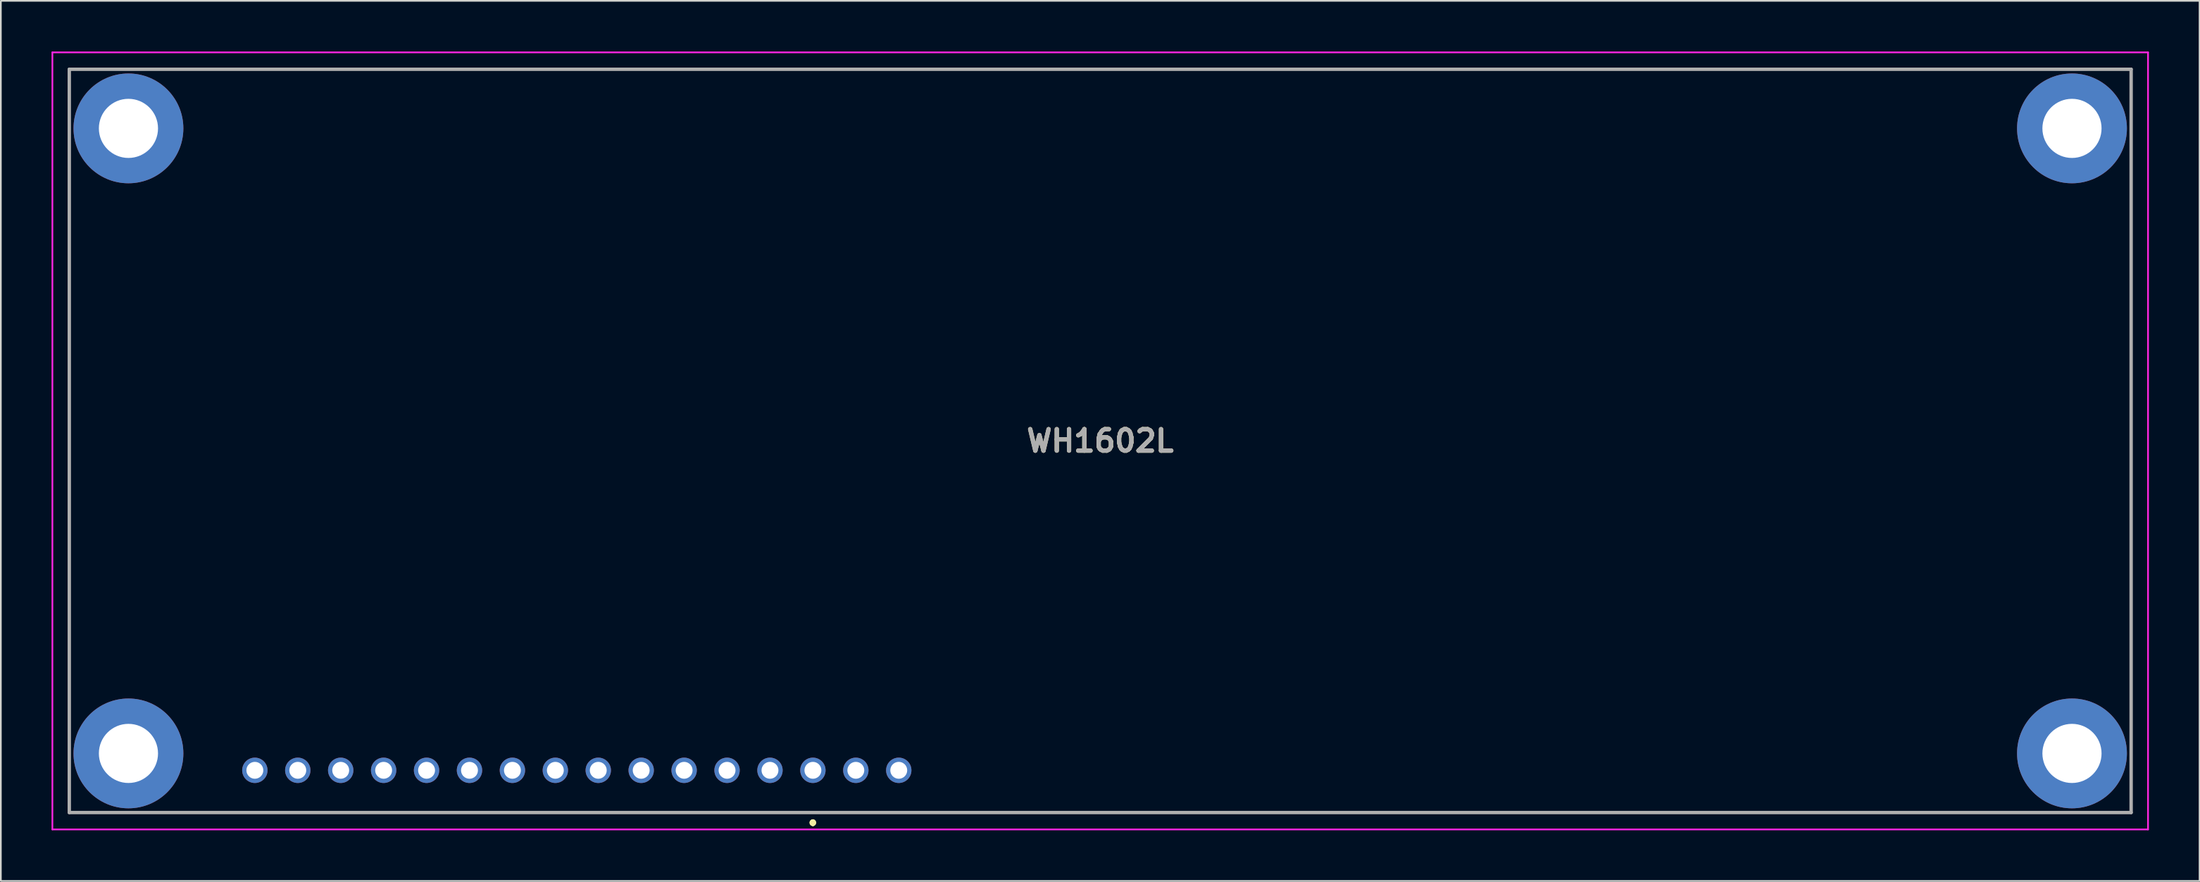
<source format=kicad_pcb>
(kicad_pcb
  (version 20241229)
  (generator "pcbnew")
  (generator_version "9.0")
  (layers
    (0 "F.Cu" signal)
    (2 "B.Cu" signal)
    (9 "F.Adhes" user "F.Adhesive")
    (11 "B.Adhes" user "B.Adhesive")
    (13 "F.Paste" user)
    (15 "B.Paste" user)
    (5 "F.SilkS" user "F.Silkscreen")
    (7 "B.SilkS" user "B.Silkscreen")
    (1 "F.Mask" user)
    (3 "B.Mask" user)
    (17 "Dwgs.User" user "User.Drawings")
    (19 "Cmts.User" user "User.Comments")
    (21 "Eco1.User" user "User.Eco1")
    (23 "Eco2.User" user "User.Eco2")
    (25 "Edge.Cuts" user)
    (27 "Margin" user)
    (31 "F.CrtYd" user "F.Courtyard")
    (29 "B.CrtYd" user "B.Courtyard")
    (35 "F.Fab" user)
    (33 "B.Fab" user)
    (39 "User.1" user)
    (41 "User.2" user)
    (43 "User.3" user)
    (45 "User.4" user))
  (footprint "WH1602L"
    (layer "F.Cu")
    (at 45.05 42.55)
    (property "Reference" "WH1602L" (at 17 -19.5 0) (layer "F.SilkS") (effects (font (size 1.27 1.27) (thickness 0.254))))
    (attr through_hole)
    (fp_line (start -44 -33.02) (end -44 -5.08) (stroke (width 0.1) (type solid)) (layer "F.SilkS"))
    (fp_line (start -35.56 -41.5) (end 68.58 -41.5) (stroke (width 0.1) (type solid)) (layer "F.SilkS"))
    (fp_line (start -35.56 2.5) (end 68.58 2.5) (stroke (width 0.1) (type solid)) (layer "F.SilkS"))
    (fp_line (start 0 3) (end 0 3) (stroke (width 0.2) (type solid)) (layer "F.SilkS"))
    (fp_line (start 0 3) (end 0 3) (stroke (width 0.2) (type solid)) (layer "F.SilkS"))
    (fp_line (start 0 3.2) (end 0 3.2) (stroke (width 0.2) (type solid)) (layer "F.SilkS"))
    (fp_line (start 78 -33.02) (end 78 -5.08) (stroke (width 0.1) (type solid)) (layer "F.SilkS"))
    (fp_arc (start 0 3) (mid 0.1 3.1) (end 0 3.2) (stroke (width 0.2) (type solid)) (layer "F.SilkS"))
    (fp_arc (start 0 3.2) (mid -0.1 3.1) (end 0 3) (stroke (width 0.2) (type solid)) (layer "F.SilkS"))
    (fp_arc (start 0 3.2) (mid -0.1 3.1) (end 0 3) (stroke (width 0.2) (type solid)) (layer "F.SilkS"))
    (fp_line (start -45 -42.5) (end 79 -42.5) (stroke (width 0.1) (type solid)) (layer "F.CrtYd"))
    (fp_line (start -45 3.5) (end -45 -42.5) (stroke (width 0.1) (type solid)) (layer "F.CrtYd"))
    (fp_line (start 79 -42.5) (end 79 3.5) (stroke (width 0.1) (type solid)) (layer "F.CrtYd"))
    (fp_line (start 79 3.5) (end -45 3.5) (stroke (width 0.1) (type solid)) (layer "F.CrtYd"))
    (fp_line (start -44 -41.5) (end -44 2.5) (stroke (width 0.2) (type solid)) (layer "F.Fab"))
    (fp_line (start -44 2.5) (end 78 2.5) (stroke (width 0.2) (type solid)) (layer "F.Fab"))
    (fp_line (start 78 -41.5) (end -44 -41.5) (stroke (width 0.2) (type solid)) (layer "F.Fab"))
    (fp_line (start 78 2.5) (end 78 -41.5) (stroke (width 0.2) (type solid)) (layer "F.Fab"))
    (fp_text user "${REFERENCE}" (at 17 -19.5 0) (layer "F.Fab") (effects (font (size 1.27 1.27) (thickness 0.254))))
    (pad "1" thru_hole circle (at 0 0) (size 1.5 1.5) (drill 1) (layers "*.Cu" "*.Mask"))
    (pad "2" thru_hole circle (at -2.54 0) (size 1.5 1.5) (drill 1) (layers "*.Cu" "*.Mask"))
    (pad "3" thru_hole circle (at -5.08 0) (size 1.5 1.5) (drill 1) (layers "*.Cu" "*.Mask"))
    (pad "4" thru_hole circle (at -7.62 0) (size 1.5 1.5) (drill 1) (layers "*.Cu" "*.Mask"))
    (pad "5" thru_hole circle (at -10.16 0) (size 1.5 1.5) (drill 1) (layers "*.Cu" "*.Mask"))
    (pad "6" thru_hole circle (at -12.7 0) (size 1.5 1.5) (drill 1) (layers "*.Cu" "*.Mask"))
    (pad "7" thru_hole circle (at -15.24 0) (size 1.5 1.5) (drill 1) (layers "*.Cu" "*.Mask"))
    (pad "8" thru_hole circle (at -17.78 0) (size 1.5 1.5) (drill 1) (layers "*.Cu" "*.Mask"))
    (pad "9" thru_hole circle (at -20.32 0) (size 1.5 1.5) (drill 1) (layers "*.Cu" "*.Mask"))
    (pad "10" thru_hole circle (at -22.86 0) (size 1.5 1.5) (drill 1) (layers "*.Cu" "*.Mask"))
    (pad "11" thru_hole circle (at -25.4 0) (size 1.5 1.5) (drill 1) (layers "*.Cu" "*.Mask"))
    (pad "12" thru_hole circle (at -27.94 0) (size 1.5 1.5) (drill 1) (layers "*.Cu" "*.Mask"))
    (pad "13" thru_hole circle (at -30.48 0) (size 1.5 1.5) (drill 1) (layers "*.Cu" "*.Mask"))
    (pad "14" thru_hole circle (at -33.02 0) (size 1.5 1.5) (drill 1) (layers "*.Cu" "*.Mask"))
    (pad "15" thru_hole circle (at 2.54 0) (size 1.5 1.5) (drill 1) (layers "*.Cu" "*.Mask"))
    (pad "16" thru_hole circle (at 5.08 0) (size 1.5 1.5) (drill 1) (layers "*.Cu" "*.Mask"))
    (pad "MH1" thru_hole circle (at -40.5 -38) (size 6.5 6.5) (drill 3.5) (layers "*.Cu" "*.Mask"))
    (pad "MH2" thru_hole circle (at -40.5 -1) (size 6.5 6.5) (drill 3.5) (layers "*.Cu" "*.Mask"))
    (pad "MH3" thru_hole circle (at 74.5 -1) (size 6.5 6.5) (drill 3.5) (layers "*.Cu" "*.Mask"))
    (pad "MH4" thru_hole circle (at 74.5 -38) (size 6.5 6.5) (drill 3.5) (layers "*.Cu" "*.Mask")))
  (gr_rect
    (start -3 -3)
    (end 127.1 49.1)
    (stroke (width 0.1) (type default))
    (fill no)
    (layer "Edge.Cuts")))
</source>
